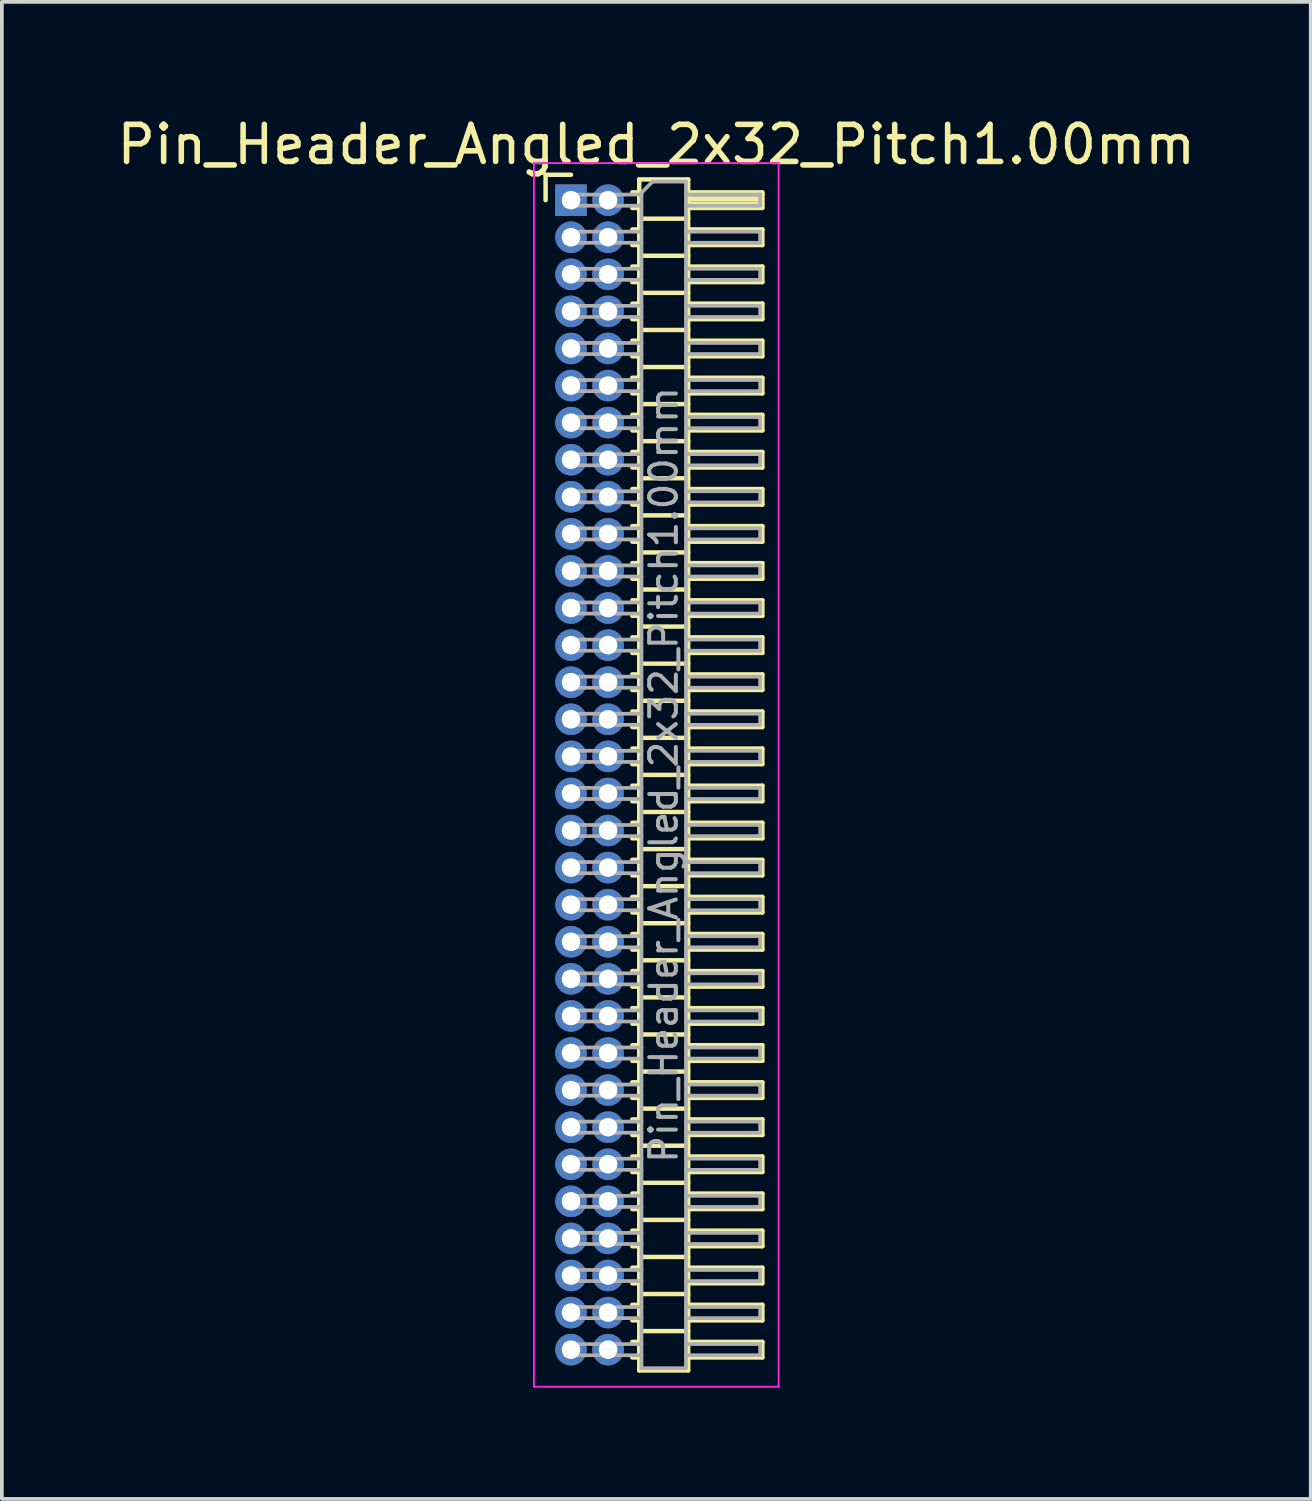
<source format=kicad_pcb>
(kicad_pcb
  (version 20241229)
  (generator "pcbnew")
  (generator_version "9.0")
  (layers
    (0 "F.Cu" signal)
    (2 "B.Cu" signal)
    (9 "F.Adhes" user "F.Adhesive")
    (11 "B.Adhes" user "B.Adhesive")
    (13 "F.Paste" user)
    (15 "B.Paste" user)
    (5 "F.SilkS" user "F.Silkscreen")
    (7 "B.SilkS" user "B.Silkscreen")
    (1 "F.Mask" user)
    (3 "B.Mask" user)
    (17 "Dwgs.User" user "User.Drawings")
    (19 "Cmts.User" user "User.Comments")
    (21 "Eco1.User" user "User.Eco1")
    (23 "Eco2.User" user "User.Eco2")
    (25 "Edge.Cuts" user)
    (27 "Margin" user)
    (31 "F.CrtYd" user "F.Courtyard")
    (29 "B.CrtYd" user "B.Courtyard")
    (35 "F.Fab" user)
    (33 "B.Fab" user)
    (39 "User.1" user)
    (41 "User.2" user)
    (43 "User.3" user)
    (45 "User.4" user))
  (footprint "Pin_Header_Angled_2x32_Pitch1.00mm"
    (layer "F.Cu")
    (at 12.349 2.348)
    (property "Reference" "Pin_Header_Angled_2x32_Pitch1.00mm" (at 2.3 -1.5 0) (layer "F.SilkS") (effects (font (size 1 1) (thickness 0.15))))
    (attr through_hole)
    (fp_line (start -0.685 -0.685) (end 0 -0.685) (stroke (width 0.12) (type solid)) (layer "F.SilkS"))
    (fp_line (start -0.685 0) (end -0.685 -0.685) (stroke (width 0.12) (type solid)) (layer "F.SilkS"))
    (fp_line (start 1.652 -0.21) (end 1.84 -0.21) (stroke (width 0.12) (type solid)) (layer "F.SilkS"))
    (fp_line (start 1.652 0.21) (end 1.84 0.21) (stroke (width 0.12) (type solid)) (layer "F.SilkS"))
    (fp_line (start 1.652 0.79) (end 1.84 0.79) (stroke (width 0.12) (type solid)) (layer "F.SilkS"))
    (fp_line (start 1.652 1.21) (end 1.84 1.21) (stroke (width 0.12) (type solid)) (layer "F.SilkS"))
    (fp_line (start 1.652 1.79) (end 1.84 1.79) (stroke (width 0.12) (type solid)) (layer "F.SilkS"))
    (fp_line (start 1.652 2.21) (end 1.84 2.21) (stroke (width 0.12) (type solid)) (layer "F.SilkS"))
    (fp_line (start 1.652 2.79) (end 1.84 2.79) (stroke (width 0.12) (type solid)) (layer "F.SilkS"))
    (fp_line (start 1.652 3.21) (end 1.84 3.21) (stroke (width 0.12) (type solid)) (layer "F.SilkS"))
    (fp_line (start 1.652 3.79) (end 1.84 3.79) (stroke (width 0.12) (type solid)) (layer "F.SilkS"))
    (fp_line (start 1.652 4.21) (end 1.84 4.21) (stroke (width 0.12) (type solid)) (layer "F.SilkS"))
    (fp_line (start 1.652 4.79) (end 1.84 4.79) (stroke (width 0.12) (type solid)) (layer "F.SilkS"))
    (fp_line (start 1.652 5.21) (end 1.84 5.21) (stroke (width 0.12) (type solid)) (layer "F.SilkS"))
    (fp_line (start 1.652 5.79) (end 1.84 5.79) (stroke (width 0.12) (type solid)) (layer "F.SilkS"))
    (fp_line (start 1.652 6.21) (end 1.84 6.21) (stroke (width 0.12) (type solid)) (layer "F.SilkS"))
    (fp_line (start 1.652 6.79) (end 1.84 6.79) (stroke (width 0.12) (type solid)) (layer "F.SilkS"))
    (fp_line (start 1.652 7.21) (end 1.84 7.21) (stroke (width 0.12) (type solid)) (layer "F.SilkS"))
    (fp_line (start 1.652 7.79) (end 1.84 7.79) (stroke (width 0.12) (type solid)) (layer "F.SilkS"))
    (fp_line (start 1.652 8.21) (end 1.84 8.21) (stroke (width 0.12) (type solid)) (layer "F.SilkS"))
    (fp_line (start 1.652 8.79) (end 1.84 8.79) (stroke (width 0.12) (type solid)) (layer "F.SilkS"))
    (fp_line (start 1.652 9.21) (end 1.84 9.21) (stroke (width 0.12) (type solid)) (layer "F.SilkS"))
    (fp_line (start 1.652 9.79) (end 1.84 9.79) (stroke (width 0.12) (type solid)) (layer "F.SilkS"))
    (fp_line (start 1.652 10.21) (end 1.84 10.21) (stroke (width 0.12) (type solid)) (layer "F.SilkS"))
    (fp_line (start 1.652 10.79) (end 1.84 10.79) (stroke (width 0.12) (type solid)) (layer "F.SilkS"))
    (fp_line (start 1.652 11.21) (end 1.84 11.21) (stroke (width 0.12) (type solid)) (layer "F.SilkS"))
    (fp_line (start 1.652 11.79) (end 1.84 11.79) (stroke (width 0.12) (type solid)) (layer "F.SilkS"))
    (fp_line (start 1.652 12.21) (end 1.84 12.21) (stroke (width 0.12) (type solid)) (layer "F.SilkS"))
    (fp_line (start 1.652 12.79) (end 1.84 12.79) (stroke (width 0.12) (type solid)) (layer "F.SilkS"))
    (fp_line (start 1.652 13.21) (end 1.84 13.21) (stroke (width 0.12) (type solid)) (layer "F.SilkS"))
    (fp_line (start 1.652 13.79) (end 1.84 13.79) (stroke (width 0.12) (type solid)) (layer "F.SilkS"))
    (fp_line (start 1.652 14.21) (end 1.84 14.21) (stroke (width 0.12) (type solid)) (layer "F.SilkS"))
    (fp_line (start 1.652 14.79) (end 1.84 14.79) (stroke (width 0.12) (type solid)) (layer "F.SilkS"))
    (fp_line (start 1.652 15.21) (end 1.84 15.21) (stroke (width 0.12) (type solid)) (layer "F.SilkS"))
    (fp_line (start 1.652 15.79) (end 1.84 15.79) (stroke (width 0.12) (type solid)) (layer "F.SilkS"))
    (fp_line (start 1.652 16.21) (end 1.84 16.21) (stroke (width 0.12) (type solid)) (layer "F.SilkS"))
    (fp_line (start 1.652 16.79) (end 1.84 16.79) (stroke (width 0.12) (type solid)) (layer "F.SilkS"))
    (fp_line (start 1.652 17.21) (end 1.84 17.21) (stroke (width 0.12) (type solid)) (layer "F.SilkS"))
    (fp_line (start 1.652 17.79) (end 1.84 17.79) (stroke (width 0.12) (type solid)) (layer "F.SilkS"))
    (fp_line (start 1.652 18.21) (end 1.84 18.21) (stroke (width 0.12) (type solid)) (layer "F.SilkS"))
    (fp_line (start 1.652 18.79) (end 1.84 18.79) (stroke (width 0.12) (type solid)) (layer "F.SilkS"))
    (fp_line (start 1.652 19.21) (end 1.84 19.21) (stroke (width 0.12) (type solid)) (layer "F.SilkS"))
    (fp_line (start 1.652 19.79) (end 1.84 19.79) (stroke (width 0.12) (type solid)) (layer "F.SilkS"))
    (fp_line (start 1.652 20.21) (end 1.84 20.21) (stroke (width 0.12) (type solid)) (layer "F.SilkS"))
    (fp_line (start 1.652 20.79) (end 1.84 20.79) (stroke (width 0.12) (type solid)) (layer "F.SilkS"))
    (fp_line (start 1.652 21.21) (end 1.84 21.21) (stroke (width 0.12) (type solid)) (layer "F.SilkS"))
    (fp_line (start 1.652 21.79) (end 1.84 21.79) (stroke (width 0.12) (type solid)) (layer "F.SilkS"))
    (fp_line (start 1.652 22.21) (end 1.84 22.21) (stroke (width 0.12) (type solid)) (layer "F.SilkS"))
    (fp_line (start 1.652 22.79) (end 1.84 22.79) (stroke (width 0.12) (type solid)) (layer "F.SilkS"))
    (fp_line (start 1.652 23.21) (end 1.84 23.21) (stroke (width 0.12) (type solid)) (layer "F.SilkS"))
    (fp_line (start 1.652 23.79) (end 1.84 23.79) (stroke (width 0.12) (type solid)) (layer "F.SilkS"))
    (fp_line (start 1.652 24.21) (end 1.84 24.21) (stroke (width 0.12) (type solid)) (layer "F.SilkS"))
    (fp_line (start 1.652 24.79) (end 1.84 24.79) (stroke (width 0.12) (type solid)) (layer "F.SilkS"))
    (fp_line (start 1.652 25.21) (end 1.84 25.21) (stroke (width 0.12) (type solid)) (layer "F.SilkS"))
    (fp_line (start 1.652 25.79) (end 1.84 25.79) (stroke (width 0.12) (type solid)) (layer "F.SilkS"))
    (fp_line (start 1.652 26.21) (end 1.84 26.21) (stroke (width 0.12) (type solid)) (layer "F.SilkS"))
    (fp_line (start 1.652 26.79) (end 1.84 26.79) (stroke (width 0.12) (type solid)) (layer "F.SilkS"))
    (fp_line (start 1.652 27.21) (end 1.84 27.21) (stroke (width 0.12) (type solid)) (layer "F.SilkS"))
    (fp_line (start 1.652 27.79) (end 1.84 27.79) (stroke (width 0.12) (type solid)) (layer "F.SilkS"))
    (fp_line (start 1.652 28.21) (end 1.84 28.21) (stroke (width 0.12) (type solid)) (layer "F.SilkS"))
    (fp_line (start 1.652 28.79) (end 1.84 28.79) (stroke (width 0.12) (type solid)) (layer "F.SilkS"))
    (fp_line (start 1.652 29.21) (end 1.84 29.21) (stroke (width 0.12) (type solid)) (layer "F.SilkS"))
    (fp_line (start 1.652 29.79) (end 1.84 29.79) (stroke (width 0.12) (type solid)) (layer "F.SilkS"))
    (fp_line (start 1.652 30.21) (end 1.84 30.21) (stroke (width 0.12) (type solid)) (layer "F.SilkS"))
    (fp_line (start 1.652 30.79) (end 1.84 30.79) (stroke (width 0.12) (type solid)) (layer "F.SilkS"))
    (fp_line (start 1.652 31.21) (end 1.84 31.21) (stroke (width 0.12) (type solid)) (layer "F.SilkS"))
    (fp_line (start 1.84 -0.56) (end 1.84 31.56) (stroke (width 0.12) (type solid)) (layer "F.SilkS"))
    (fp_line (start 1.84 0.5) (end 3.16 0.5) (stroke (width 0.12) (type solid)) (layer "F.SilkS"))
    (fp_line (start 1.84 1.5) (end 3.16 1.5) (stroke (width 0.12) (type solid)) (layer "F.SilkS"))
    (fp_line (start 1.84 2.5) (end 3.16 2.5) (stroke (width 0.12) (type solid)) (layer "F.SilkS"))
    (fp_line (start 1.84 3.5) (end 3.16 3.5) (stroke (width 0.12) (type solid)) (layer "F.SilkS"))
    (fp_line (start 1.84 4.5) (end 3.16 4.5) (stroke (width 0.12) (type solid)) (layer "F.SilkS"))
    (fp_line (start 1.84 5.5) (end 3.16 5.5) (stroke (width 0.12) (type solid)) (layer "F.SilkS"))
    (fp_line (start 1.84 6.5) (end 3.16 6.5) (stroke (width 0.12) (type solid)) (layer "F.SilkS"))
    (fp_line (start 1.84 7.5) (end 3.16 7.5) (stroke (width 0.12) (type solid)) (layer "F.SilkS"))
    (fp_line (start 1.84 8.5) (end 3.16 8.5) (stroke (width 0.12) (type solid)) (layer "F.SilkS"))
    (fp_line (start 1.84 9.5) (end 3.16 9.5) (stroke (width 0.12) (type solid)) (layer "F.SilkS"))
    (fp_line (start 1.84 10.5) (end 3.16 10.5) (stroke (width 0.12) (type solid)) (layer "F.SilkS"))
    (fp_line (start 1.84 11.5) (end 3.16 11.5) (stroke (width 0.12) (type solid)) (layer "F.SilkS"))
    (fp_line (start 1.84 12.5) (end 3.16 12.5) (stroke (width 0.12) (type solid)) (layer "F.SilkS"))
    (fp_line (start 1.84 13.5) (end 3.16 13.5) (stroke (width 0.12) (type solid)) (layer "F.SilkS"))
    (fp_line (start 1.84 14.5) (end 3.16 14.5) (stroke (width 0.12) (type solid)) (layer "F.SilkS"))
    (fp_line (start 1.84 15.5) (end 3.16 15.5) (stroke (width 0.12) (type solid)) (layer "F.SilkS"))
    (fp_line (start 1.84 16.5) (end 3.16 16.5) (stroke (width 0.12) (type solid)) (layer "F.SilkS"))
    (fp_line (start 1.84 17.5) (end 3.16 17.5) (stroke (width 0.12) (type solid)) (layer "F.SilkS"))
    (fp_line (start 1.84 18.5) (end 3.16 18.5) (stroke (width 0.12) (type solid)) (layer "F.SilkS"))
    (fp_line (start 1.84 19.5) (end 3.16 19.5) (stroke (width 0.12) (type solid)) (layer "F.SilkS"))
    (fp_line (start 1.84 20.5) (end 3.16 20.5) (stroke (width 0.12) (type solid)) (layer "F.SilkS"))
    (fp_line (start 1.84 21.5) (end 3.16 21.5) (stroke (width 0.12) (type solid)) (layer "F.SilkS"))
    (fp_line (start 1.84 22.5) (end 3.16 22.5) (stroke (width 0.12) (type solid)) (layer "F.SilkS"))
    (fp_line (start 1.84 23.5) (end 3.16 23.5) (stroke (width 0.12) (type solid)) (layer "F.SilkS"))
    (fp_line (start 1.84 24.5) (end 3.16 24.5) (stroke (width 0.12) (type solid)) (layer "F.SilkS"))
    (fp_line (start 1.84 25.5) (end 3.16 25.5) (stroke (width 0.12) (type solid)) (layer "F.SilkS"))
    (fp_line (start 1.84 26.5) (end 3.16 26.5) (stroke (width 0.12) (type solid)) (layer "F.SilkS"))
    (fp_line (start 1.84 27.5) (end 3.16 27.5) (stroke (width 0.12) (type solid)) (layer "F.SilkS"))
    (fp_line (start 1.84 28.5) (end 3.16 28.5) (stroke (width 0.12) (type solid)) (layer "F.SilkS"))
    (fp_line (start 1.84 29.5) (end 3.16 29.5) (stroke (width 0.12) (type solid)) (layer "F.SilkS"))
    (fp_line (start 1.84 30.5) (end 3.16 30.5) (stroke (width 0.12) (type solid)) (layer "F.SilkS"))
    (fp_line (start 1.84 31.56) (end 3.16 31.56) (stroke (width 0.12) (type solid)) (layer "F.SilkS"))
    (fp_line (start 3.16 -0.56) (end 1.84 -0.56) (stroke (width 0.12) (type solid)) (layer "F.SilkS"))
    (fp_line (start 3.16 -0.21) (end 5.16 -0.21) (stroke (width 0.12) (type solid)) (layer "F.SilkS"))
    (fp_line (start 3.16 -0.15) (end 5.16 -0.15) (stroke (width 0.12) (type solid)) (layer "F.SilkS"))
    (fp_line (start 3.16 -0.03) (end 5.16 -0.03) (stroke (width 0.12) (type solid)) (layer "F.SilkS"))
    (fp_line (start 3.16 0.09) (end 5.16 0.09) (stroke (width 0.12) (type solid)) (layer "F.SilkS"))
    (fp_line (start 3.16 0.79) (end 5.16 0.79) (stroke (width 0.12) (type solid)) (layer "F.SilkS"))
    (fp_line (start 3.16 1.79) (end 5.16 1.79) (stroke (width 0.12) (type solid)) (layer "F.SilkS"))
    (fp_line (start 3.16 2.79) (end 5.16 2.79) (stroke (width 0.12) (type solid)) (layer "F.SilkS"))
    (fp_line (start 3.16 3.79) (end 5.16 3.79) (stroke (width 0.12) (type solid)) (layer "F.SilkS"))
    (fp_line (start 3.16 4.79) (end 5.16 4.79) (stroke (width 0.12) (type solid)) (layer "F.SilkS"))
    (fp_line (start 3.16 5.79) (end 5.16 5.79) (stroke (width 0.12) (type solid)) (layer "F.SilkS"))
    (fp_line (start 3.16 6.79) (end 5.16 6.79) (stroke (width 0.12) (type solid)) (layer "F.SilkS"))
    (fp_line (start 3.16 7.79) (end 5.16 7.79) (stroke (width 0.12) (type solid)) (layer "F.SilkS"))
    (fp_line (start 3.16 8.79) (end 5.16 8.79) (stroke (width 0.12) (type solid)) (layer "F.SilkS"))
    (fp_line (start 3.16 9.79) (end 5.16 9.79) (stroke (width 0.12) (type solid)) (layer "F.SilkS"))
    (fp_line (start 3.16 10.79) (end 5.16 10.79) (stroke (width 0.12) (type solid)) (layer "F.SilkS"))
    (fp_line (start 3.16 11.79) (end 5.16 11.79) (stroke (width 0.12) (type solid)) (layer "F.SilkS"))
    (fp_line (start 3.16 12.79) (end 5.16 12.79) (stroke (width 0.12) (type solid)) (layer "F.SilkS"))
    (fp_line (start 3.16 13.79) (end 5.16 13.79) (stroke (width 0.12) (type solid)) (layer "F.SilkS"))
    (fp_line (start 3.16 14.79) (end 5.16 14.79) (stroke (width 0.12) (type solid)) (layer "F.SilkS"))
    (fp_line (start 3.16 15.79) (end 5.16 15.79) (stroke (width 0.12) (type solid)) (layer "F.SilkS"))
    (fp_line (start 3.16 16.79) (end 5.16 16.79) (stroke (width 0.12) (type solid)) (layer "F.SilkS"))
    (fp_line (start 3.16 17.79) (end 5.16 17.79) (stroke (width 0.12) (type solid)) (layer "F.SilkS"))
    (fp_line (start 3.16 18.79) (end 5.16 18.79) (stroke (width 0.12) (type solid)) (layer "F.SilkS"))
    (fp_line (start 3.16 19.79) (end 5.16 19.79) (stroke (width 0.12) (type solid)) (layer "F.SilkS"))
    (fp_line (start 3.16 20.79) (end 5.16 20.79) (stroke (width 0.12) (type solid)) (layer "F.SilkS"))
    (fp_line (start 3.16 21.79) (end 5.16 21.79) (stroke (width 0.12) (type solid)) (layer "F.SilkS"))
    (fp_line (start 3.16 22.79) (end 5.16 22.79) (stroke (width 0.12) (type solid)) (layer "F.SilkS"))
    (fp_line (start 3.16 23.79) (end 5.16 23.79) (stroke (width 0.12) (type solid)) (layer "F.SilkS"))
    (fp_line (start 3.16 24.79) (end 5.16 24.79) (stroke (width 0.12) (type solid)) (layer "F.SilkS"))
    (fp_line (start 3.16 25.79) (end 5.16 25.79) (stroke (width 0.12) (type solid)) (layer "F.SilkS"))
    (fp_line (start 3.16 26.79) (end 5.16 26.79) (stroke (width 0.12) (type solid)) (layer "F.SilkS"))
    (fp_line (start 3.16 27.79) (end 5.16 27.79) (stroke (width 0.12) (type solid)) (layer "F.SilkS"))
    (fp_line (start 3.16 28.79) (end 5.16 28.79) (stroke (width 0.12) (type solid)) (layer "F.SilkS"))
    (fp_line (start 3.16 29.79) (end 5.16 29.79) (stroke (width 0.12) (type solid)) (layer "F.SilkS"))
    (fp_line (start 3.16 30.79) (end 5.16 30.79) (stroke (width 0.12) (type solid)) (layer "F.SilkS"))
    (fp_line (start 3.16 31.56) (end 3.16 -0.56) (stroke (width 0.12) (type solid)) (layer "F.SilkS"))
    (fp_line (start 5.16 -0.21) (end 5.16 0.21) (stroke (width 0.12) (type solid)) (layer "F.SilkS"))
    (fp_line (start 5.16 0.21) (end 3.16 0.21) (stroke (width 0.12) (type solid)) (layer "F.SilkS"))
    (fp_line (start 5.16 0.79) (end 5.16 1.21) (stroke (width 0.12) (type solid)) (layer "F.SilkS"))
    (fp_line (start 5.16 1.21) (end 3.16 1.21) (stroke (width 0.12) (type solid)) (layer "F.SilkS"))
    (fp_line (start 5.16 1.79) (end 5.16 2.21) (stroke (width 0.12) (type solid)) (layer "F.SilkS"))
    (fp_line (start 5.16 2.21) (end 3.16 2.21) (stroke (width 0.12) (type solid)) (layer "F.SilkS"))
    (fp_line (start 5.16 2.79) (end 5.16 3.21) (stroke (width 0.12) (type solid)) (layer "F.SilkS"))
    (fp_line (start 5.16 3.21) (end 3.16 3.21) (stroke (width 0.12) (type solid)) (layer "F.SilkS"))
    (fp_line (start 5.16 3.79) (end 5.16 4.21) (stroke (width 0.12) (type solid)) (layer "F.SilkS"))
    (fp_line (start 5.16 4.21) (end 3.16 4.21) (stroke (width 0.12) (type solid)) (layer "F.SilkS"))
    (fp_line (start 5.16 4.79) (end 5.16 5.21) (stroke (width 0.12) (type solid)) (layer "F.SilkS"))
    (fp_line (start 5.16 5.21) (end 3.16 5.21) (stroke (width 0.12) (type solid)) (layer "F.SilkS"))
    (fp_line (start 5.16 5.79) (end 5.16 6.21) (stroke (width 0.12) (type solid)) (layer "F.SilkS"))
    (fp_line (start 5.16 6.21) (end 3.16 6.21) (stroke (width 0.12) (type solid)) (layer "F.SilkS"))
    (fp_line (start 5.16 6.79) (end 5.16 7.21) (stroke (width 0.12) (type solid)) (layer "F.SilkS"))
    (fp_line (start 5.16 7.21) (end 3.16 7.21) (stroke (width 0.12) (type solid)) (layer "F.SilkS"))
    (fp_line (start 5.16 7.79) (end 5.16 8.21) (stroke (width 0.12) (type solid)) (layer "F.SilkS"))
    (fp_line (start 5.16 8.21) (end 3.16 8.21) (stroke (width 0.12) (type solid)) (layer "F.SilkS"))
    (fp_line (start 5.16 8.79) (end 5.16 9.21) (stroke (width 0.12) (type solid)) (layer "F.SilkS"))
    (fp_line (start 5.16 9.21) (end 3.16 9.21) (stroke (width 0.12) (type solid)) (layer "F.SilkS"))
    (fp_line (start 5.16 9.79) (end 5.16 10.21) (stroke (width 0.12) (type solid)) (layer "F.SilkS"))
    (fp_line (start 5.16 10.21) (end 3.16 10.21) (stroke (width 0.12) (type solid)) (layer "F.SilkS"))
    (fp_line (start 5.16 10.79) (end 5.16 11.21) (stroke (width 0.12) (type solid)) (layer "F.SilkS"))
    (fp_line (start 5.16 11.21) (end 3.16 11.21) (stroke (width 0.12) (type solid)) (layer "F.SilkS"))
    (fp_line (start 5.16 11.79) (end 5.16 12.21) (stroke (width 0.12) (type solid)) (layer "F.SilkS"))
    (fp_line (start 5.16 12.21) (end 3.16 12.21) (stroke (width 0.12) (type solid)) (layer "F.SilkS"))
    (fp_line (start 5.16 12.79) (end 5.16 13.21) (stroke (width 0.12) (type solid)) (layer "F.SilkS"))
    (fp_line (start 5.16 13.21) (end 3.16 13.21) (stroke (width 0.12) (type solid)) (layer "F.SilkS"))
    (fp_line (start 5.16 13.79) (end 5.16 14.21) (stroke (width 0.12) (type solid)) (layer "F.SilkS"))
    (fp_line (start 5.16 14.21) (end 3.16 14.21) (stroke (width 0.12) (type solid)) (layer "F.SilkS"))
    (fp_line (start 5.16 14.79) (end 5.16 15.21) (stroke (width 0.12) (type solid)) (layer "F.SilkS"))
    (fp_line (start 5.16 15.21) (end 3.16 15.21) (stroke (width 0.12) (type solid)) (layer "F.SilkS"))
    (fp_line (start 5.16 15.79) (end 5.16 16.21) (stroke (width 0.12) (type solid)) (layer "F.SilkS"))
    (fp_line (start 5.16 16.21) (end 3.16 16.21) (stroke (width 0.12) (type solid)) (layer "F.SilkS"))
    (fp_line (start 5.16 16.79) (end 5.16 17.21) (stroke (width 0.12) (type solid)) (layer "F.SilkS"))
    (fp_line (start 5.16 17.21) (end 3.16 17.21) (stroke (width 0.12) (type solid)) (layer "F.SilkS"))
    (fp_line (start 5.16 17.79) (end 5.16 18.21) (stroke (width 0.12) (type solid)) (layer "F.SilkS"))
    (fp_line (start 5.16 18.21) (end 3.16 18.21) (stroke (width 0.12) (type solid)) (layer "F.SilkS"))
    (fp_line (start 5.16 18.79) (end 5.16 19.21) (stroke (width 0.12) (type solid)) (layer "F.SilkS"))
    (fp_line (start 5.16 19.21) (end 3.16 19.21) (stroke (width 0.12) (type solid)) (layer "F.SilkS"))
    (fp_line (start 5.16 19.79) (end 5.16 20.21) (stroke (width 0.12) (type solid)) (layer "F.SilkS"))
    (fp_line (start 5.16 20.21) (end 3.16 20.21) (stroke (width 0.12) (type solid)) (layer "F.SilkS"))
    (fp_line (start 5.16 20.79) (end 5.16 21.21) (stroke (width 0.12) (type solid)) (layer "F.SilkS"))
    (fp_line (start 5.16 21.21) (end 3.16 21.21) (stroke (width 0.12) (type solid)) (layer "F.SilkS"))
    (fp_line (start 5.16 21.79) (end 5.16 22.21) (stroke (width 0.12) (type solid)) (layer "F.SilkS"))
    (fp_line (start 5.16 22.21) (end 3.16 22.21) (stroke (width 0.12) (type solid)) (layer "F.SilkS"))
    (fp_line (start 5.16 22.79) (end 5.16 23.21) (stroke (width 0.12) (type solid)) (layer "F.SilkS"))
    (fp_line (start 5.16 23.21) (end 3.16 23.21) (stroke (width 0.12) (type solid)) (layer "F.SilkS"))
    (fp_line (start 5.16 23.79) (end 5.16 24.21) (stroke (width 0.12) (type solid)) (layer "F.SilkS"))
    (fp_line (start 5.16 24.21) (end 3.16 24.21) (stroke (width 0.12) (type solid)) (layer "F.SilkS"))
    (fp_line (start 5.16 24.79) (end 5.16 25.21) (stroke (width 0.12) (type solid)) (layer "F.SilkS"))
    (fp_line (start 5.16 25.21) (end 3.16 25.21) (stroke (width 0.12) (type solid)) (layer "F.SilkS"))
    (fp_line (start 5.16 25.79) (end 5.16 26.21) (stroke (width 0.12) (type solid)) (layer "F.SilkS"))
    (fp_line (start 5.16 26.21) (end 3.16 26.21) (stroke (width 0.12) (type solid)) (layer "F.SilkS"))
    (fp_line (start 5.16 26.79) (end 5.16 27.21) (stroke (width 0.12) (type solid)) (layer "F.SilkS"))
    (fp_line (start 5.16 27.21) (end 3.16 27.21) (stroke (width 0.12) (type solid)) (layer "F.SilkS"))
    (fp_line (start 5.16 27.79) (end 5.16 28.21) (stroke (width 0.12) (type solid)) (layer "F.SilkS"))
    (fp_line (start 5.16 28.21) (end 3.16 28.21) (stroke (width 0.12) (type solid)) (layer "F.SilkS"))
    (fp_line (start 5.16 28.79) (end 5.16 29.21) (stroke (width 0.12) (type solid)) (layer "F.SilkS"))
    (fp_line (start 5.16 29.21) (end 3.16 29.21) (stroke (width 0.12) (type solid)) (layer "F.SilkS"))
    (fp_line (start 5.16 29.79) (end 5.16 30.21) (stroke (width 0.12) (type solid)) (layer "F.SilkS"))
    (fp_line (start 5.16 30.21) (end 3.16 30.21) (stroke (width 0.12) (type solid)) (layer "F.SilkS"))
    (fp_line (start 5.16 30.79) (end 5.16 31.21) (stroke (width 0.12) (type solid)) (layer "F.SilkS"))
    (fp_line (start 5.16 31.21) (end 3.16 31.21) (stroke (width 0.12) (type solid)) (layer "F.SilkS"))
    (fp_line (start -1 -1) (end -1 32) (stroke (width 0.05) (type solid)) (layer "F.CrtYd"))
    (fp_line (start -1 32) (end 5.6 32) (stroke (width 0.05) (type solid)) (layer "F.CrtYd"))
    (fp_line (start 5.6 -1) (end -1 -1) (stroke (width 0.05) (type solid)) (layer "F.CrtYd"))
    (fp_line (start 5.6 32) (end 5.6 -1) (stroke (width 0.05) (type solid)) (layer "F.CrtYd"))
    (fp_line (start -0.15 -0.15) (end -0.15 0.15) (stroke (width 0.1) (type solid)) (layer "F.Fab"))
    (fp_line (start -0.15 -0.15) (end 1.9 -0.15) (stroke (width 0.1) (type solid)) (layer "F.Fab"))
    (fp_line (start -0.15 0.15) (end 1.9 0.15) (stroke (width 0.1) (type solid)) (layer "F.Fab"))
    (fp_line (start -0.15 0.85) (end -0.15 1.15) (stroke (width 0.1) (type solid)) (layer "F.Fab"))
    (fp_line (start -0.15 0.85) (end 1.9 0.85) (stroke (width 0.1) (type solid)) (layer "F.Fab"))
    (fp_line (start -0.15 1.15) (end 1.9 1.15) (stroke (width 0.1) (type solid)) (layer "F.Fab"))
    (fp_line (start -0.15 1.85) (end -0.15 2.15) (stroke (width 0.1) (type solid)) (layer "F.Fab"))
    (fp_line (start -0.15 1.85) (end 1.9 1.85) (stroke (width 0.1) (type solid)) (layer "F.Fab"))
    (fp_line (start -0.15 2.15) (end 1.9 2.15) (stroke (width 0.1) (type solid)) (layer "F.Fab"))
    (fp_line (start -0.15 2.85) (end -0.15 3.15) (stroke (width 0.1) (type solid)) (layer "F.Fab"))
    (fp_line (start -0.15 2.85) (end 1.9 2.85) (stroke (width 0.1) (type solid)) (layer "F.Fab"))
    (fp_line (start -0.15 3.15) (end 1.9 3.15) (stroke (width 0.1) (type solid)) (layer "F.Fab"))
    (fp_line (start -0.15 3.85) (end -0.15 4.15) (stroke (width 0.1) (type solid)) (layer "F.Fab"))
    (fp_line (start -0.15 3.85) (end 1.9 3.85) (stroke (width 0.1) (type solid)) (layer "F.Fab"))
    (fp_line (start -0.15 4.15) (end 1.9 4.15) (stroke (width 0.1) (type solid)) (layer "F.Fab"))
    (fp_line (start -0.15 4.85) (end -0.15 5.15) (stroke (width 0.1) (type solid)) (layer "F.Fab"))
    (fp_line (start -0.15 4.85) (end 1.9 4.85) (stroke (width 0.1) (type solid)) (layer "F.Fab"))
    (fp_line (start -0.15 5.15) (end 1.9 5.15) (stroke (width 0.1) (type solid)) (layer "F.Fab"))
    (fp_line (start -0.15 5.85) (end -0.15 6.15) (stroke (width 0.1) (type solid)) (layer "F.Fab"))
    (fp_line (start -0.15 5.85) (end 1.9 5.85) (stroke (width 0.1) (type solid)) (layer "F.Fab"))
    (fp_line (start -0.15 6.15) (end 1.9 6.15) (stroke (width 0.1) (type solid)) (layer "F.Fab"))
    (fp_line (start -0.15 6.85) (end -0.15 7.15) (stroke (width 0.1) (type solid)) (layer "F.Fab"))
    (fp_line (start -0.15 6.85) (end 1.9 6.85) (stroke (width 0.1) (type solid)) (layer "F.Fab"))
    (fp_line (start -0.15 7.15) (end 1.9 7.15) (stroke (width 0.1) (type solid)) (layer "F.Fab"))
    (fp_line (start -0.15 7.85) (end -0.15 8.15) (stroke (width 0.1) (type solid)) (layer "F.Fab"))
    (fp_line (start -0.15 7.85) (end 1.9 7.85) (stroke (width 0.1) (type solid)) (layer "F.Fab"))
    (fp_line (start -0.15 8.15) (end 1.9 8.15) (stroke (width 0.1) (type solid)) (layer "F.Fab"))
    (fp_line (start -0.15 8.85) (end -0.15 9.15) (stroke (width 0.1) (type solid)) (layer "F.Fab"))
    (fp_line (start -0.15 8.85) (end 1.9 8.85) (stroke (width 0.1) (type solid)) (layer "F.Fab"))
    (fp_line (start -0.15 9.15) (end 1.9 9.15) (stroke (width 0.1) (type solid)) (layer "F.Fab"))
    (fp_line (start -0.15 9.85) (end -0.15 10.15) (stroke (width 0.1) (type solid)) (layer "F.Fab"))
    (fp_line (start -0.15 9.85) (end 1.9 9.85) (stroke (width 0.1) (type solid)) (layer "F.Fab"))
    (fp_line (start -0.15 10.15) (end 1.9 10.15) (stroke (width 0.1) (type solid)) (layer "F.Fab"))
    (fp_line (start -0.15 10.85) (end -0.15 11.15) (stroke (width 0.1) (type solid)) (layer "F.Fab"))
    (fp_line (start -0.15 10.85) (end 1.9 10.85) (stroke (width 0.1) (type solid)) (layer "F.Fab"))
    (fp_line (start -0.15 11.15) (end 1.9 11.15) (stroke (width 0.1) (type solid)) (layer "F.Fab"))
    (fp_line (start -0.15 11.85) (end -0.15 12.15) (stroke (width 0.1) (type solid)) (layer "F.Fab"))
    (fp_line (start -0.15 11.85) (end 1.9 11.85) (stroke (width 0.1) (type solid)) (layer "F.Fab"))
    (fp_line (start -0.15 12.15) (end 1.9 12.15) (stroke (width 0.1) (type solid)) (layer "F.Fab"))
    (fp_line (start -0.15 12.85) (end -0.15 13.15) (stroke (width 0.1) (type solid)) (layer "F.Fab"))
    (fp_line (start -0.15 12.85) (end 1.9 12.85) (stroke (width 0.1) (type solid)) (layer "F.Fab"))
    (fp_line (start -0.15 13.15) (end 1.9 13.15) (stroke (width 0.1) (type solid)) (layer "F.Fab"))
    (fp_line (start -0.15 13.85) (end -0.15 14.15) (stroke (width 0.1) (type solid)) (layer "F.Fab"))
    (fp_line (start -0.15 13.85) (end 1.9 13.85) (stroke (width 0.1) (type solid)) (layer "F.Fab"))
    (fp_line (start -0.15 14.15) (end 1.9 14.15) (stroke (width 0.1) (type solid)) (layer "F.Fab"))
    (fp_line (start -0.15 14.85) (end -0.15 15.15) (stroke (width 0.1) (type solid)) (layer "F.Fab"))
    (fp_line (start -0.15 14.85) (end 1.9 14.85) (stroke (width 0.1) (type solid)) (layer "F.Fab"))
    (fp_line (start -0.15 15.15) (end 1.9 15.15) (stroke (width 0.1) (type solid)) (layer "F.Fab"))
    (fp_line (start -0.15 15.85) (end -0.15 16.15) (stroke (width 0.1) (type solid)) (layer "F.Fab"))
    (fp_line (start -0.15 15.85) (end 1.9 15.85) (stroke (width 0.1) (type solid)) (layer "F.Fab"))
    (fp_line (start -0.15 16.15) (end 1.9 16.15) (stroke (width 0.1) (type solid)) (layer "F.Fab"))
    (fp_line (start -0.15 16.85) (end -0.15 17.15) (stroke (width 0.1) (type solid)) (layer "F.Fab"))
    (fp_line (start -0.15 16.85) (end 1.9 16.85) (stroke (width 0.1) (type solid)) (layer "F.Fab"))
    (fp_line (start -0.15 17.15) (end 1.9 17.15) (stroke (width 0.1) (type solid)) (layer "F.Fab"))
    (fp_line (start -0.15 17.85) (end -0.15 18.15) (stroke (width 0.1) (type solid)) (layer "F.Fab"))
    (fp_line (start -0.15 17.85) (end 1.9 17.85) (stroke (width 0.1) (type solid)) (layer "F.Fab"))
    (fp_line (start -0.15 18.15) (end 1.9 18.15) (stroke (width 0.1) (type solid)) (layer "F.Fab"))
    (fp_line (start -0.15 18.85) (end -0.15 19.15) (stroke (width 0.1) (type solid)) (layer "F.Fab"))
    (fp_line (start -0.15 18.85) (end 1.9 18.85) (stroke (width 0.1) (type solid)) (layer "F.Fab"))
    (fp_line (start -0.15 19.15) (end 1.9 19.15) (stroke (width 0.1) (type solid)) (layer "F.Fab"))
    (fp_line (start -0.15 19.85) (end -0.15 20.15) (stroke (width 0.1) (type solid)) (layer "F.Fab"))
    (fp_line (start -0.15 19.85) (end 1.9 19.85) (stroke (width 0.1) (type solid)) (layer "F.Fab"))
    (fp_line (start -0.15 20.15) (end 1.9 20.15) (stroke (width 0.1) (type solid)) (layer "F.Fab"))
    (fp_line (start -0.15 20.85) (end -0.15 21.15) (stroke (width 0.1) (type solid)) (layer "F.Fab"))
    (fp_line (start -0.15 20.85) (end 1.9 20.85) (stroke (width 0.1) (type solid)) (layer "F.Fab"))
    (fp_line (start -0.15 21.15) (end 1.9 21.15) (stroke (width 0.1) (type solid)) (layer "F.Fab"))
    (fp_line (start -0.15 21.85) (end -0.15 22.15) (stroke (width 0.1) (type solid)) (layer "F.Fab"))
    (fp_line (start -0.15 21.85) (end 1.9 21.85) (stroke (width 0.1) (type solid)) (layer "F.Fab"))
    (fp_line (start -0.15 22.15) (end 1.9 22.15) (stroke (width 0.1) (type solid)) (layer "F.Fab"))
    (fp_line (start -0.15 22.85) (end -0.15 23.15) (stroke (width 0.1) (type solid)) (layer "F.Fab"))
    (fp_line (start -0.15 22.85) (end 1.9 22.85) (stroke (width 0.1) (type solid)) (layer "F.Fab"))
    (fp_line (start -0.15 23.15) (end 1.9 23.15) (stroke (width 0.1) (type solid)) (layer "F.Fab"))
    (fp_line (start -0.15 23.85) (end -0.15 24.15) (stroke (width 0.1) (type solid)) (layer "F.Fab"))
    (fp_line (start -0.15 23.85) (end 1.9 23.85) (stroke (width 0.1) (type solid)) (layer "F.Fab"))
    (fp_line (start -0.15 24.15) (end 1.9 24.15) (stroke (width 0.1) (type solid)) (layer "F.Fab"))
    (fp_line (start -0.15 24.85) (end -0.15 25.15) (stroke (width 0.1) (type solid)) (layer "F.Fab"))
    (fp_line (start -0.15 24.85) (end 1.9 24.85) (stroke (width 0.1) (type solid)) (layer "F.Fab"))
    (fp_line (start -0.15 25.15) (end 1.9 25.15) (stroke (width 0.1) (type solid)) (layer "F.Fab"))
    (fp_line (start -0.15 25.85) (end -0.15 26.15) (stroke (width 0.1) (type solid)) (layer "F.Fab"))
    (fp_line (start -0.15 25.85) (end 1.9 25.85) (stroke (width 0.1) (type solid)) (layer "F.Fab"))
    (fp_line (start -0.15 26.15) (end 1.9 26.15) (stroke (width 0.1) (type solid)) (layer "F.Fab"))
    (fp_line (start -0.15 26.85) (end -0.15 27.15) (stroke (width 0.1) (type solid)) (layer "F.Fab"))
    (fp_line (start -0.15 26.85) (end 1.9 26.85) (stroke (width 0.1) (type solid)) (layer "F.Fab"))
    (fp_line (start -0.15 27.15) (end 1.9 27.15) (stroke (width 0.1) (type solid)) (layer "F.Fab"))
    (fp_line (start -0.15 27.85) (end -0.15 28.15) (stroke (width 0.1) (type solid)) (layer "F.Fab"))
    (fp_line (start -0.15 27.85) (end 1.9 27.85) (stroke (width 0.1) (type solid)) (layer "F.Fab"))
    (fp_line (start -0.15 28.15) (end 1.9 28.15) (stroke (width 0.1) (type solid)) (layer "F.Fab"))
    (fp_line (start -0.15 28.85) (end -0.15 29.15) (stroke (width 0.1) (type solid)) (layer "F.Fab"))
    (fp_line (start -0.15 28.85) (end 1.9 28.85) (stroke (width 0.1) (type solid)) (layer "F.Fab"))
    (fp_line (start -0.15 29.15) (end 1.9 29.15) (stroke (width 0.1) (type solid)) (layer "F.Fab"))
    (fp_line (start -0.15 29.85) (end -0.15 30.15) (stroke (width 0.1) (type solid)) (layer "F.Fab"))
    (fp_line (start -0.15 29.85) (end 1.9 29.85) (stroke (width 0.1) (type solid)) (layer "F.Fab"))
    (fp_line (start -0.15 30.15) (end 1.9 30.15) (stroke (width 0.1) (type solid)) (layer "F.Fab"))
    (fp_line (start -0.15 30.85) (end -0.15 31.15) (stroke (width 0.1) (type solid)) (layer "F.Fab"))
    (fp_line (start -0.15 30.85) (end 1.9 30.85) (stroke (width 0.1) (type solid)) (layer "F.Fab"))
    (fp_line (start -0.15 31.15) (end 1.9 31.15) (stroke (width 0.1) (type solid)) (layer "F.Fab"))
    (fp_line (start 1.9 -0.2) (end 2.2 -0.5) (stroke (width 0.1) (type solid)) (layer "F.Fab"))
    (fp_line (start 1.9 31.5) (end 1.9 -0.2) (stroke (width 0.1) (type solid)) (layer "F.Fab"))
    (fp_line (start 2.2 -0.5) (end 3.1 -0.5) (stroke (width 0.1) (type solid)) (layer "F.Fab"))
    (fp_line (start 3.1 -0.5) (end 3.1 31.5) (stroke (width 0.1) (type solid)) (layer "F.Fab"))
    (fp_line (start 3.1 -0.15) (end 5.1 -0.15) (stroke (width 0.1) (type solid)) (layer "F.Fab"))
    (fp_line (start 3.1 0.15) (end 5.1 0.15) (stroke (width 0.1) (type solid)) (layer "F.Fab"))
    (fp_line (start 3.1 0.85) (end 5.1 0.85) (stroke (width 0.1) (type solid)) (layer "F.Fab"))
    (fp_line (start 3.1 1.15) (end 5.1 1.15) (stroke (width 0.1) (type solid)) (layer "F.Fab"))
    (fp_line (start 3.1 1.85) (end 5.1 1.85) (stroke (width 0.1) (type solid)) (layer "F.Fab"))
    (fp_line (start 3.1 2.15) (end 5.1 2.15) (stroke (width 0.1) (type solid)) (layer "F.Fab"))
    (fp_line (start 3.1 2.85) (end 5.1 2.85) (stroke (width 0.1) (type solid)) (layer "F.Fab"))
    (fp_line (start 3.1 3.15) (end 5.1 3.15) (stroke (width 0.1) (type solid)) (layer "F.Fab"))
    (fp_line (start 3.1 3.85) (end 5.1 3.85) (stroke (width 0.1) (type solid)) (layer "F.Fab"))
    (fp_line (start 3.1 4.15) (end 5.1 4.15) (stroke (width 0.1) (type solid)) (layer "F.Fab"))
    (fp_line (start 3.1 4.85) (end 5.1 4.85) (stroke (width 0.1) (type solid)) (layer "F.Fab"))
    (fp_line (start 3.1 5.15) (end 5.1 5.15) (stroke (width 0.1) (type solid)) (layer "F.Fab"))
    (fp_line (start 3.1 5.85) (end 5.1 5.85) (stroke (width 0.1) (type solid)) (layer "F.Fab"))
    (fp_line (start 3.1 6.15) (end 5.1 6.15) (stroke (width 0.1) (type solid)) (layer "F.Fab"))
    (fp_line (start 3.1 6.85) (end 5.1 6.85) (stroke (width 0.1) (type solid)) (layer "F.Fab"))
    (fp_line (start 3.1 7.15) (end 5.1 7.15) (stroke (width 0.1) (type solid)) (layer "F.Fab"))
    (fp_line (start 3.1 7.85) (end 5.1 7.85) (stroke (width 0.1) (type solid)) (layer "F.Fab"))
    (fp_line (start 3.1 8.15) (end 5.1 8.15) (stroke (width 0.1) (type solid)) (layer "F.Fab"))
    (fp_line (start 3.1 8.85) (end 5.1 8.85) (stroke (width 0.1) (type solid)) (layer "F.Fab"))
    (fp_line (start 3.1 9.15) (end 5.1 9.15) (stroke (width 0.1) (type solid)) (layer "F.Fab"))
    (fp_line (start 3.1 9.85) (end 5.1 9.85) (stroke (width 0.1) (type solid)) (layer "F.Fab"))
    (fp_line (start 3.1 10.15) (end 5.1 10.15) (stroke (width 0.1) (type solid)) (layer "F.Fab"))
    (fp_line (start 3.1 10.85) (end 5.1 10.85) (stroke (width 0.1) (type solid)) (layer "F.Fab"))
    (fp_line (start 3.1 11.15) (end 5.1 11.15) (stroke (width 0.1) (type solid)) (layer "F.Fab"))
    (fp_line (start 3.1 11.85) (end 5.1 11.85) (stroke (width 0.1) (type solid)) (layer "F.Fab"))
    (fp_line (start 3.1 12.15) (end 5.1 12.15) (stroke (width 0.1) (type solid)) (layer "F.Fab"))
    (fp_line (start 3.1 12.85) (end 5.1 12.85) (stroke (width 0.1) (type solid)) (layer "F.Fab"))
    (fp_line (start 3.1 13.15) (end 5.1 13.15) (stroke (width 0.1) (type solid)) (layer "F.Fab"))
    (fp_line (start 3.1 13.85) (end 5.1 13.85) (stroke (width 0.1) (type solid)) (layer "F.Fab"))
    (fp_line (start 3.1 14.15) (end 5.1 14.15) (stroke (width 0.1) (type solid)) (layer "F.Fab"))
    (fp_line (start 3.1 14.85) (end 5.1 14.85) (stroke (width 0.1) (type solid)) (layer "F.Fab"))
    (fp_line (start 3.1 15.15) (end 5.1 15.15) (stroke (width 0.1) (type solid)) (layer "F.Fab"))
    (fp_line (start 3.1 15.85) (end 5.1 15.85) (stroke (width 0.1) (type solid)) (layer "F.Fab"))
    (fp_line (start 3.1 16.15) (end 5.1 16.15) (stroke (width 0.1) (type solid)) (layer "F.Fab"))
    (fp_line (start 3.1 16.85) (end 5.1 16.85) (stroke (width 0.1) (type solid)) (layer "F.Fab"))
    (fp_line (start 3.1 17.15) (end 5.1 17.15) (stroke (width 0.1) (type solid)) (layer "F.Fab"))
    (fp_line (start 3.1 17.85) (end 5.1 17.85) (stroke (width 0.1) (type solid)) (layer "F.Fab"))
    (fp_line (start 3.1 18.15) (end 5.1 18.15) (stroke (width 0.1) (type solid)) (layer "F.Fab"))
    (fp_line (start 3.1 18.85) (end 5.1 18.85) (stroke (width 0.1) (type solid)) (layer "F.Fab"))
    (fp_line (start 3.1 19.15) (end 5.1 19.15) (stroke (width 0.1) (type solid)) (layer "F.Fab"))
    (fp_line (start 3.1 19.85) (end 5.1 19.85) (stroke (width 0.1) (type solid)) (layer "F.Fab"))
    (fp_line (start 3.1 20.15) (end 5.1 20.15) (stroke (width 0.1) (type solid)) (layer "F.Fab"))
    (fp_line (start 3.1 20.85) (end 5.1 20.85) (stroke (width 0.1) (type solid)) (layer "F.Fab"))
    (fp_line (start 3.1 21.15) (end 5.1 21.15) (stroke (width 0.1) (type solid)) (layer "F.Fab"))
    (fp_line (start 3.1 21.85) (end 5.1 21.85) (stroke (width 0.1) (type solid)) (layer "F.Fab"))
    (fp_line (start 3.1 22.15) (end 5.1 22.15) (stroke (width 0.1) (type solid)) (layer "F.Fab"))
    (fp_line (start 3.1 22.85) (end 5.1 22.85) (stroke (width 0.1) (type solid)) (layer "F.Fab"))
    (fp_line (start 3.1 23.15) (end 5.1 23.15) (stroke (width 0.1) (type solid)) (layer "F.Fab"))
    (fp_line (start 3.1 23.85) (end 5.1 23.85) (stroke (width 0.1) (type solid)) (layer "F.Fab"))
    (fp_line (start 3.1 24.15) (end 5.1 24.15) (stroke (width 0.1) (type solid)) (layer "F.Fab"))
    (fp_line (start 3.1 24.85) (end 5.1 24.85) (stroke (width 0.1) (type solid)) (layer "F.Fab"))
    (fp_line (start 3.1 25.15) (end 5.1 25.15) (stroke (width 0.1) (type solid)) (layer "F.Fab"))
    (fp_line (start 3.1 25.85) (end 5.1 25.85) (stroke (width 0.1) (type solid)) (layer "F.Fab"))
    (fp_line (start 3.1 26.15) (end 5.1 26.15) (stroke (width 0.1) (type solid)) (layer "F.Fab"))
    (fp_line (start 3.1 26.85) (end 5.1 26.85) (stroke (width 0.1) (type solid)) (layer "F.Fab"))
    (fp_line (start 3.1 27.15) (end 5.1 27.15) (stroke (width 0.1) (type solid)) (layer "F.Fab"))
    (fp_line (start 3.1 27.85) (end 5.1 27.85) (stroke (width 0.1) (type solid)) (layer "F.Fab"))
    (fp_line (start 3.1 28.15) (end 5.1 28.15) (stroke (width 0.1) (type solid)) (layer "F.Fab"))
    (fp_line (start 3.1 28.85) (end 5.1 28.85) (stroke (width 0.1) (type solid)) (layer "F.Fab"))
    (fp_line (start 3.1 29.15) (end 5.1 29.15) (stroke (width 0.1) (type solid)) (layer "F.Fab"))
    (fp_line (start 3.1 29.85) (end 5.1 29.85) (stroke (width 0.1) (type solid)) (layer "F.Fab"))
    (fp_line (start 3.1 30.15) (end 5.1 30.15) (stroke (width 0.1) (type solid)) (layer "F.Fab"))
    (fp_line (start 3.1 30.85) (end 5.1 30.85) (stroke (width 0.1) (type solid)) (layer "F.Fab"))
    (fp_line (start 3.1 31.15) (end 5.1 31.15) (stroke (width 0.1) (type solid)) (layer "F.Fab"))
    (fp_line (start 3.1 31.5) (end 1.9 31.5) (stroke (width 0.1) (type solid)) (layer "F.Fab"))
    (fp_line (start 5.1 -0.15) (end 5.1 0.15) (stroke (width 0.1) (type solid)) (layer "F.Fab"))
    (fp_line (start 5.1 0.85) (end 5.1 1.15) (stroke (width 0.1) (type solid)) (layer "F.Fab"))
    (fp_line (start 5.1 1.85) (end 5.1 2.15) (stroke (width 0.1) (type solid)) (layer "F.Fab"))
    (fp_line (start 5.1 2.85) (end 5.1 3.15) (stroke (width 0.1) (type solid)) (layer "F.Fab"))
    (fp_line (start 5.1 3.85) (end 5.1 4.15) (stroke (width 0.1) (type solid)) (layer "F.Fab"))
    (fp_line (start 5.1 4.85) (end 5.1 5.15) (stroke (width 0.1) (type solid)) (layer "F.Fab"))
    (fp_line (start 5.1 5.85) (end 5.1 6.15) (stroke (width 0.1) (type solid)) (layer "F.Fab"))
    (fp_line (start 5.1 6.85) (end 5.1 7.15) (stroke (width 0.1) (type solid)) (layer "F.Fab"))
    (fp_line (start 5.1 7.85) (end 5.1 8.15) (stroke (width 0.1) (type solid)) (layer "F.Fab"))
    (fp_line (start 5.1 8.85) (end 5.1 9.15) (stroke (width 0.1) (type solid)) (layer "F.Fab"))
    (fp_line (start 5.1 9.85) (end 5.1 10.15) (stroke (width 0.1) (type solid)) (layer "F.Fab"))
    (fp_line (start 5.1 10.85) (end 5.1 11.15) (stroke (width 0.1) (type solid)) (layer "F.Fab"))
    (fp_line (start 5.1 11.85) (end 5.1 12.15) (stroke (width 0.1) (type solid)) (layer "F.Fab"))
    (fp_line (start 5.1 12.85) (end 5.1 13.15) (stroke (width 0.1) (type solid)) (layer "F.Fab"))
    (fp_line (start 5.1 13.85) (end 5.1 14.15) (stroke (width 0.1) (type solid)) (layer "F.Fab"))
    (fp_line (start 5.1 14.85) (end 5.1 15.15) (stroke (width 0.1) (type solid)) (layer "F.Fab"))
    (fp_line (start 5.1 15.85) (end 5.1 16.15) (stroke (width 0.1) (type solid)) (layer "F.Fab"))
    (fp_line (start 5.1 16.85) (end 5.1 17.15) (stroke (width 0.1) (type solid)) (layer "F.Fab"))
    (fp_line (start 5.1 17.85) (end 5.1 18.15) (stroke (width 0.1) (type solid)) (layer "F.Fab"))
    (fp_line (start 5.1 18.85) (end 5.1 19.15) (stroke (width 0.1) (type solid)) (layer "F.Fab"))
    (fp_line (start 5.1 19.85) (end 5.1 20.15) (stroke (width 0.1) (type solid)) (layer "F.Fab"))
    (fp_line (start 5.1 20.85) (end 5.1 21.15) (stroke (width 0.1) (type solid)) (layer "F.Fab"))
    (fp_line (start 5.1 21.85) (end 5.1 22.15) (stroke (width 0.1) (type solid)) (layer "F.Fab"))
    (fp_line (start 5.1 22.85) (end 5.1 23.15) (stroke (width 0.1) (type solid)) (layer "F.Fab"))
    (fp_line (start 5.1 23.85) (end 5.1 24.15) (stroke (width 0.1) (type solid)) (layer "F.Fab"))
    (fp_line (start 5.1 24.85) (end 5.1 25.15) (stroke (width 0.1) (type solid)) (layer "F.Fab"))
    (fp_line (start 5.1 25.85) (end 5.1 26.15) (stroke (width 0.1) (type solid)) (layer "F.Fab"))
    (fp_line (start 5.1 26.85) (end 5.1 27.15) (stroke (width 0.1) (type solid)) (layer "F.Fab"))
    (fp_line (start 5.1 27.85) (end 5.1 28.15) (stroke (width 0.1) (type solid)) (layer "F.Fab"))
    (fp_line (start 5.1 28.85) (end 5.1 29.15) (stroke (width 0.1) (type solid)) (layer "F.Fab"))
    (fp_line (start 5.1 29.85) (end 5.1 30.15) (stroke (width 0.1) (type solid)) (layer "F.Fab"))
    (fp_line (start 5.1 30.85) (end 5.1 31.15) (stroke (width 0.1) (type solid)) (layer "F.Fab"))
    (fp_text user "${REFERENCE}" (at 2.5 15.5 90) (layer "F.Fab") (effects (font (size 0.72 0.72) (thickness 0.108))))
    (pad "1" thru_hole rect (at 0 0) (size 0.85 0.85) (drill 0.5) (layers "*.Cu" "*.Mask"))
    (pad "2" thru_hole oval (at 1 0) (size 0.85 0.85) (drill 0.5) (layers "*.Cu" "*.Mask"))
    (pad "3" thru_hole oval (at 0 1) (size 0.85 0.85) (drill 0.5) (layers "*.Cu" "*.Mask"))
    (pad "4" thru_hole oval (at 1 1) (size 0.85 0.85) (drill 0.5) (layers "*.Cu" "*.Mask"))
    (pad "5" thru_hole oval (at 0 2) (size 0.85 0.85) (drill 0.5) (layers "*.Cu" "*.Mask"))
    (pad "6" thru_hole oval (at 1 2) (size 0.85 0.85) (drill 0.5) (layers "*.Cu" "*.Mask"))
    (pad "7" thru_hole oval (at 0 3) (size 0.85 0.85) (drill 0.5) (layers "*.Cu" "*.Mask"))
    (pad "8" thru_hole oval (at 1 3) (size 0.85 0.85) (drill 0.5) (layers "*.Cu" "*.Mask"))
    (pad "9" thru_hole oval (at 0 4) (size 0.85 0.85) (drill 0.5) (layers "*.Cu" "*.Mask"))
    (pad "10" thru_hole oval (at 1 4) (size 0.85 0.85) (drill 0.5) (layers "*.Cu" "*.Mask"))
    (pad "11" thru_hole oval (at 0 5) (size 0.85 0.85) (drill 0.5) (layers "*.Cu" "*.Mask"))
    (pad "12" thru_hole oval (at 1 5) (size 0.85 0.85) (drill 0.5) (layers "*.Cu" "*.Mask"))
    (pad "13" thru_hole oval (at 0 6) (size 0.85 0.85) (drill 0.5) (layers "*.Cu" "*.Mask"))
    (pad "14" thru_hole oval (at 1 6) (size 0.85 0.85) (drill 0.5) (layers "*.Cu" "*.Mask"))
    (pad "15" thru_hole oval (at 0 7) (size 0.85 0.85) (drill 0.5) (layers "*.Cu" "*.Mask"))
    (pad "16" thru_hole oval (at 1 7) (size 0.85 0.85) (drill 0.5) (layers "*.Cu" "*.Mask"))
    (pad "17" thru_hole oval (at 0 8) (size 0.85 0.85) (drill 0.5) (layers "*.Cu" "*.Mask"))
    (pad "18" thru_hole oval (at 1 8) (size 0.85 0.85) (drill 0.5) (layers "*.Cu" "*.Mask"))
    (pad "19" thru_hole oval (at 0 9) (size 0.85 0.85) (drill 0.5) (layers "*.Cu" "*.Mask"))
    (pad "20" thru_hole oval (at 1 9) (size 0.85 0.85) (drill 0.5) (layers "*.Cu" "*.Mask"))
    (pad "21" thru_hole oval (at 0 10) (size 0.85 0.85) (drill 0.5) (layers "*.Cu" "*.Mask"))
    (pad "22" thru_hole oval (at 1 10) (size 0.85 0.85) (drill 0.5) (layers "*.Cu" "*.Mask"))
    (pad "23" thru_hole oval (at 0 11) (size 0.85 0.85) (drill 0.5) (layers "*.Cu" "*.Mask"))
    (pad "24" thru_hole oval (at 1 11) (size 0.85 0.85) (drill 0.5) (layers "*.Cu" "*.Mask"))
    (pad "25" thru_hole oval (at 0 12) (size 0.85 0.85) (drill 0.5) (layers "*.Cu" "*.Mask"))
    (pad "26" thru_hole oval (at 1 12) (size 0.85 0.85) (drill 0.5) (layers "*.Cu" "*.Mask"))
    (pad "27" thru_hole oval (at 0 13) (size 0.85 0.85) (drill 0.5) (layers "*.Cu" "*.Mask"))
    (pad "28" thru_hole oval (at 1 13) (size 0.85 0.85) (drill 0.5) (layers "*.Cu" "*.Mask"))
    (pad "29" thru_hole oval (at 0 14) (size 0.85 0.85) (drill 0.5) (layers "*.Cu" "*.Mask"))
    (pad "30" thru_hole oval (at 1 14) (size 0.85 0.85) (drill 0.5) (layers "*.Cu" "*.Mask"))
    (pad "31" thru_hole oval (at 0 15) (size 0.85 0.85) (drill 0.5) (layers "*.Cu" "*.Mask"))
    (pad "32" thru_hole oval (at 1 15) (size 0.85 0.85) (drill 0.5) (layers "*.Cu" "*.Mask"))
    (pad "33" thru_hole oval (at 0 16) (size 0.85 0.85) (drill 0.5) (layers "*.Cu" "*.Mask"))
    (pad "34" thru_hole oval (at 1 16) (size 0.85 0.85) (drill 0.5) (layers "*.Cu" "*.Mask"))
    (pad "35" thru_hole oval (at 0 17) (size 0.85 0.85) (drill 0.5) (layers "*.Cu" "*.Mask"))
    (pad "36" thru_hole oval (at 1 17) (size 0.85 0.85) (drill 0.5) (layers "*.Cu" "*.Mask"))
    (pad "37" thru_hole oval (at 0 18) (size 0.85 0.85) (drill 0.5) (layers "*.Cu" "*.Mask"))
    (pad "38" thru_hole oval (at 1 18) (size 0.85 0.85) (drill 0.5) (layers "*.Cu" "*.Mask"))
    (pad "39" thru_hole oval (at 0 19) (size 0.85 0.85) (drill 0.5) (layers "*.Cu" "*.Mask"))
    (pad "40" thru_hole oval (at 1 19) (size 0.85 0.85) (drill 0.5) (layers "*.Cu" "*.Mask"))
    (pad "41" thru_hole oval (at 0 20) (size 0.85 0.85) (drill 0.5) (layers "*.Cu" "*.Mask"))
    (pad "42" thru_hole oval (at 1 20) (size 0.85 0.85) (drill 0.5) (layers "*.Cu" "*.Mask"))
    (pad "43" thru_hole oval (at 0 21) (size 0.85 0.85) (drill 0.5) (layers "*.Cu" "*.Mask"))
    (pad "44" thru_hole oval (at 1 21) (size 0.85 0.85) (drill 0.5) (layers "*.Cu" "*.Mask"))
    (pad "45" thru_hole oval (at 0 22) (size 0.85 0.85) (drill 0.5) (layers "*.Cu" "*.Mask"))
    (pad "46" thru_hole oval (at 1 22) (size 0.85 0.85) (drill 0.5) (layers "*.Cu" "*.Mask"))
    (pad "47" thru_hole oval (at 0 23) (size 0.85 0.85) (drill 0.5) (layers "*.Cu" "*.Mask"))
    (pad "48" thru_hole oval (at 1 23) (size 0.85 0.85) (drill 0.5) (layers "*.Cu" "*.Mask"))
    (pad "49" thru_hole oval (at 0 24) (size 0.85 0.85) (drill 0.5) (layers "*.Cu" "*.Mask"))
    (pad "50" thru_hole oval (at 1 24) (size 0.85 0.85) (drill 0.5) (layers "*.Cu" "*.Mask"))
    (pad "51" thru_hole oval (at 0 25) (size 0.85 0.85) (drill 0.5) (layers "*.Cu" "*.Mask"))
    (pad "52" thru_hole oval (at 1 25) (size 0.85 0.85) (drill 0.5) (layers "*.Cu" "*.Mask"))
    (pad "53" thru_hole oval (at 0 26) (size 0.85 0.85) (drill 0.5) (layers "*.Cu" "*.Mask"))
    (pad "54" thru_hole oval (at 1 26) (size 0.85 0.85) (drill 0.5) (layers "*.Cu" "*.Mask"))
    (pad "55" thru_hole oval (at 0 27) (size 0.85 0.85) (drill 0.5) (layers "*.Cu" "*.Mask"))
    (pad "56" thru_hole oval (at 1 27) (size 0.85 0.85) (drill 0.5) (layers "*.Cu" "*.Mask"))
    (pad "57" thru_hole oval (at 0 28) (size 0.85 0.85) (drill 0.5) (layers "*.Cu" "*.Mask"))
    (pad "58" thru_hole oval (at 1 28) (size 0.85 0.85) (drill 0.5) (layers "*.Cu" "*.Mask"))
    (pad "59" thru_hole oval (at 0 29) (size 0.85 0.85) (drill 0.5) (layers "*.Cu" "*.Mask"))
    (pad "60" thru_hole oval (at 1 29) (size 0.85 0.85) (drill 0.5) (layers "*.Cu" "*.Mask"))
    (pad "61" thru_hole oval (at 0 30) (size 0.85 0.85) (drill 0.5) (layers "*.Cu" "*.Mask"))
    (pad "62" thru_hole oval (at 1 30) (size 0.85 0.85) (drill 0.5) (layers "*.Cu" "*.Mask"))
    (pad "63" thru_hole oval (at 0 31) (size 0.85 0.85) (drill 0.5) (layers "*.Cu" "*.Mask"))
    (pad "64" thru_hole oval (at 1 31) (size 0.85 0.85) (drill 0.5) (layers "*.Cu" "*.Mask")))
  (gr_rect
    (start -3 -3)
    (end 32.298 37.373)
    (stroke (width 0.1) (type default))
    (fill no)
    (layer "Edge.Cuts")))
</source>
